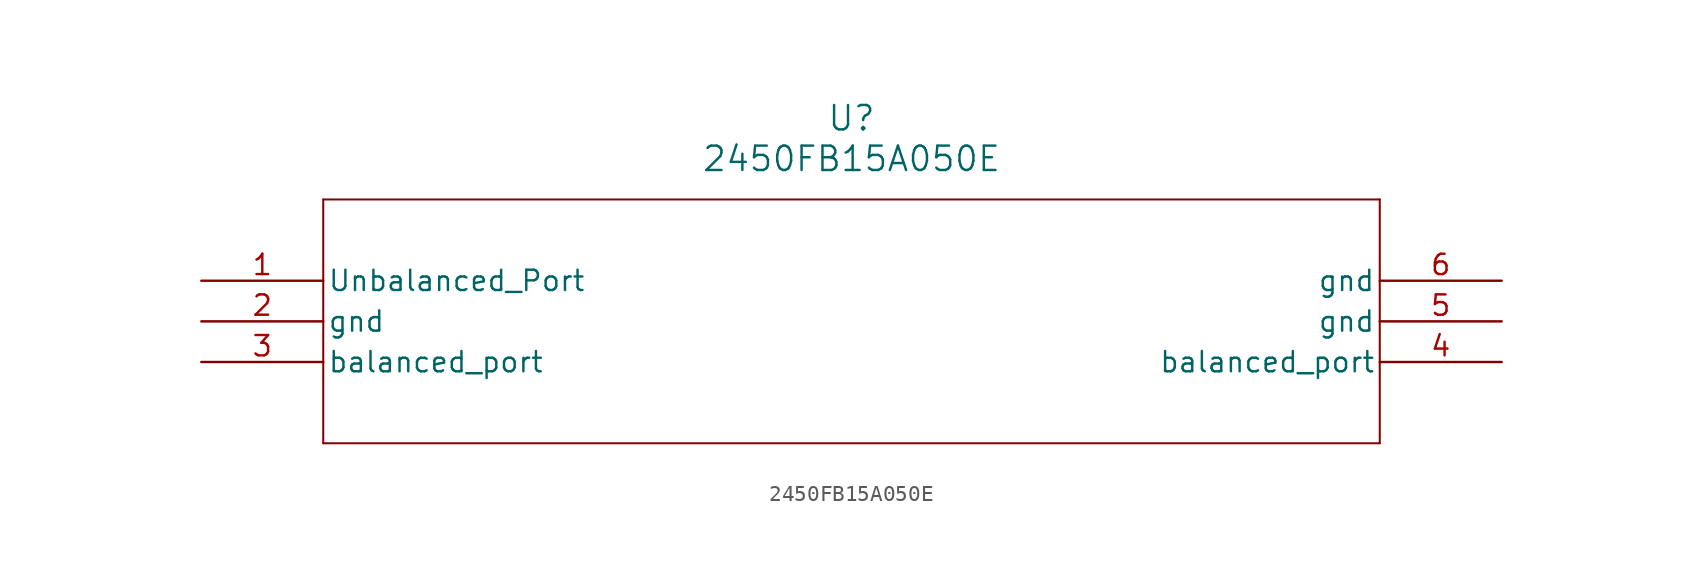
<source format=kicad_sym>
(kicad_symbol_lib
  (version 20211014)
  (generator kicad_symbol_editor)
  (symbol "2450FB15A050E"
    (pin_names
      (offset 0.254))
    (property "Reference" "U"
      (at 40.64 10.16 0)
      (effects (font (size 1.524 1.524))))
    (property "Value" "2450FB15A050E"
      (at 40.64 7.62 0)
      (effects (font (size 1.524 1.524))))
    (symbol "2450FB15A050E_0_1"
      (polyline (pts (xy 7.62 5.08) (xy 7.62 -10.16)) (stroke (width 0.127) (type default) (color 0 0 0 0)) (fill (type none)))
      (polyline (pts (xy 7.62 -10.16) (xy 73.66 -10.16)) (stroke (width 0.127) (type default) (color 0 0 0 0)) (fill (type none)))
      (polyline (pts (xy 73.66 -10.16) (xy 73.66 5.08)) (stroke (width 0.127) (type default) (color 0 0 0 0)) (fill (type none)))
      (polyline (pts (xy 73.66 5.08) (xy 7.62 5.08)) (stroke (width 0.127) (type default) (color 0 0 0 0)) (fill (type none)))
      (pin unspecified line (at 0 0 0) (length 7.62) (name "Unbalanced Port" (effects (font (size 1.27 1.27)))) (number "1" (effects (font (size 1.27 1.27)))))
      (pin unspecified line (at 0 -2.54 0) (length 7.62) (name "gnd" (effects (font (size 1.27 1.27)))) (number "2" (effects (font (size 1.27 1.27)))))
      (pin unspecified line (at 0 -5.08 0) (length 7.62) (name "balanced port" (effects (font (size 1.27 1.27)))) (number "3" (effects (font (size 1.27 1.27)))))
      (pin unspecified line (at 81.28 -5.08 180) (length 7.62) (name "balanced port" (effects (font (size 1.27 1.27)))) (number "4" (effects (font (size 1.27 1.27)))))
      (pin unspecified line (at 81.28 -2.54 180) (length 7.62) (name "gnd" (effects (font (size 1.27 1.27)))) (number "5" (effects (font (size 1.27 1.27)))))
      (pin unspecified line (at 81.28 0 180) (length 7.62) (name "gnd" (effects (font (size 1.27 1.27)))) (number "6" (effects (font (size 1.27 1.27))))))))
</source>
